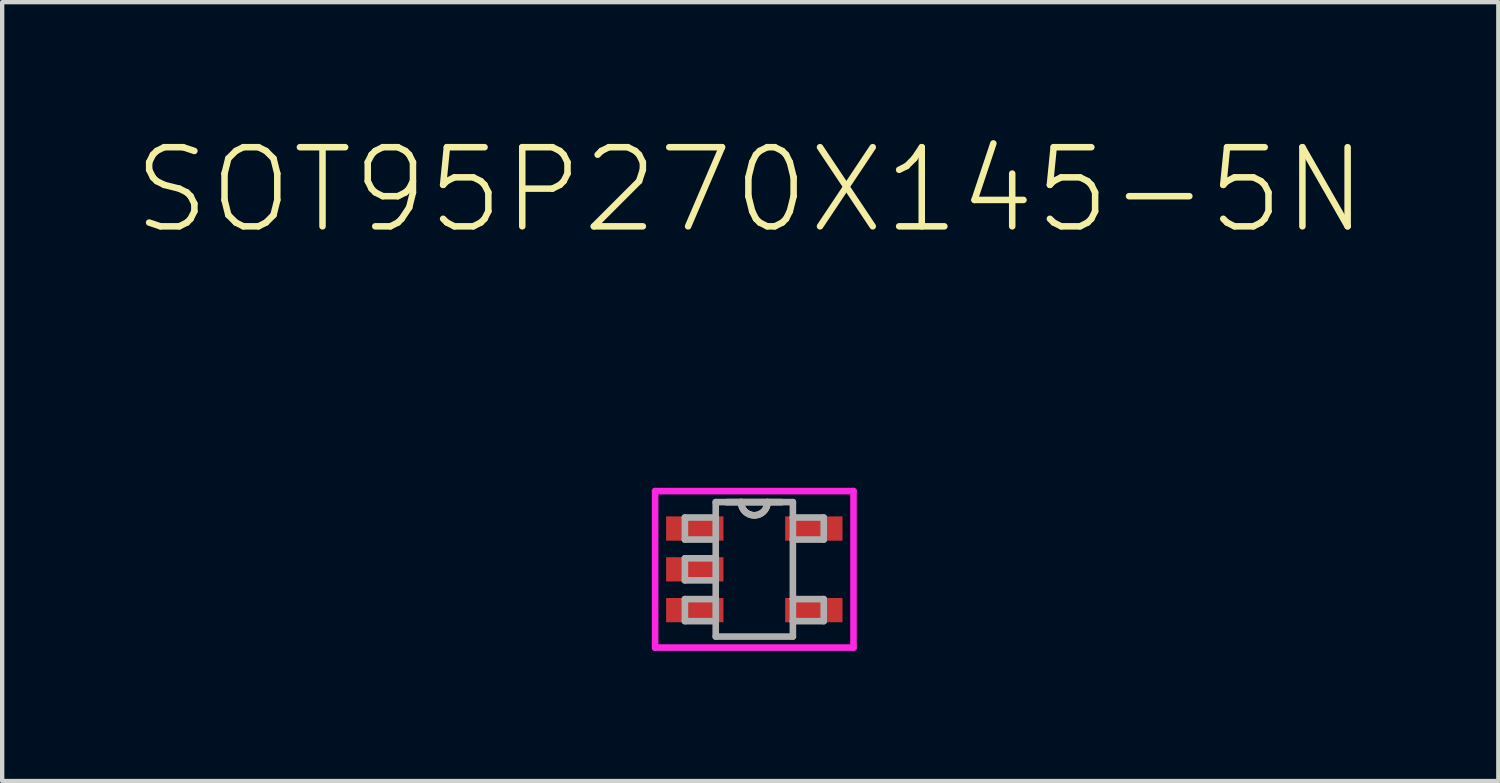
<source format=kicad_pcb>
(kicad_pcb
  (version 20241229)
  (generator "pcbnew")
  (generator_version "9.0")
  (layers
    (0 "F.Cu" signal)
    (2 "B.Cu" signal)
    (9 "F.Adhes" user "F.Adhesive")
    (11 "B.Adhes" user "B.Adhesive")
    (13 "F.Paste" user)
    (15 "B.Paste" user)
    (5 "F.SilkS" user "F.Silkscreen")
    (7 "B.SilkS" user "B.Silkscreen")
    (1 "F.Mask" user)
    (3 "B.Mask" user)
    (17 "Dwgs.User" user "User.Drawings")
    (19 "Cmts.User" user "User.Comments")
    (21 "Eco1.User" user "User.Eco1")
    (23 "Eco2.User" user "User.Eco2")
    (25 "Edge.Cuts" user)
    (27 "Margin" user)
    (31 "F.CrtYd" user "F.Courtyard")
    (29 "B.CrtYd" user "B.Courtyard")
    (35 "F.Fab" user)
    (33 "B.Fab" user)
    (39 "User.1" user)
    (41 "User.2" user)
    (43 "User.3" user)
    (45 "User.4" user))
  (footprint "SOT95P270X145-5N"
    (layer "F.Cu")
    (at 14.334 10.071)
    (property "Reference" "SOT95P270X145-5N" (at -0.093 -8.741 0) (layer "F.SilkS") (effects (font (size 1.824 1.824) (thickness 0.15))))
    (attr smd)
    (fp_line (start -0.305 -1.549) (end -0.635 -1.549) (stroke (width 0.152) (type solid)) (layer "F.SilkS"))
    (fp_line (start 0.305 -1.549) (end -0.305 -1.549) (stroke (width 0.152) (type solid)) (layer "F.SilkS"))
    (fp_line (start 0.635 -1.549) (end 0.305 -1.549) (stroke (width 0.152) (type solid)) (layer "F.SilkS"))
    (fp_arc (start 0.3048 -1.5494) (mid 0 -1.2446) (end -0.3048 -1.5494) (stroke (width 0.1524) (type solid)) (layer "F.SilkS"))
    (fp_line (start -2.286 -1.803) (end 2.286 -1.803) (stroke (width 0.152) (type solid)) (layer "F.CrtYd"))
    (fp_line (start -2.286 1.803) (end -2.286 -1.803) (stroke (width 0.152) (type solid)) (layer "F.CrtYd"))
    (fp_line (start 2.286 -1.803) (end 2.286 1.803) (stroke (width 0.152) (type solid)) (layer "F.CrtYd"))
    (fp_line (start 2.286 1.803) (end -2.286 1.803) (stroke (width 0.152) (type solid)) (layer "F.CrtYd"))
    (fp_line (start -1.6 -1.194) (end -1.6 -0.686) (stroke (width 0.152) (type solid)) (layer "F.Fab"))
    (fp_line (start -1.6 -0.686) (end -0.889 -0.686) (stroke (width 0.152) (type solid)) (layer "F.Fab"))
    (fp_line (start -1.6 -0.254) (end -1.6 0.254) (stroke (width 0.152) (type solid)) (layer "F.Fab"))
    (fp_line (start -1.6 0.254) (end -0.889 0.254) (stroke (width 0.152) (type solid)) (layer "F.Fab"))
    (fp_line (start -1.6 0.686) (end -1.6 1.194) (stroke (width 0.152) (type solid)) (layer "F.Fab"))
    (fp_line (start -1.6 1.194) (end -0.889 1.194) (stroke (width 0.152) (type solid)) (layer "F.Fab"))
    (fp_line (start -0.889 -1.549) (end -0.889 -1.194) (stroke (width 0.152) (type solid)) (layer "F.Fab"))
    (fp_line (start -0.889 -1.194) (end -1.6 -1.194) (stroke (width 0.152) (type solid)) (layer "F.Fab"))
    (fp_line (start -0.889 -1.194) (end -0.889 -0.686) (stroke (width 0.152) (type solid)) (layer "F.Fab"))
    (fp_line (start -0.889 -0.686) (end -0.889 -0.254) (stroke (width 0.152) (type solid)) (layer "F.Fab"))
    (fp_line (start -0.889 -0.254) (end -1.6 -0.254) (stroke (width 0.152) (type solid)) (layer "F.Fab"))
    (fp_line (start -0.889 -0.254) (end -0.889 0.254) (stroke (width 0.152) (type solid)) (layer "F.Fab"))
    (fp_line (start -0.889 0.254) (end -0.889 0.686) (stroke (width 0.152) (type solid)) (layer "F.Fab"))
    (fp_line (start -0.889 0.686) (end -1.6 0.686) (stroke (width 0.152) (type solid)) (layer "F.Fab"))
    (fp_line (start -0.889 1.194) (end -0.889 0.686) (stroke (width 0.152) (type solid)) (layer "F.Fab"))
    (fp_line (start -0.889 1.549) (end -0.889 1.194) (stroke (width 0.152) (type solid)) (layer "F.Fab"))
    (fp_line (start -0.889 1.549) (end 0.889 1.549) (stroke (width 0.152) (type solid)) (layer "F.Fab"))
    (fp_line (start -0.305 -1.549) (end -0.889 -1.549) (stroke (width 0.152) (type solid)) (layer "F.Fab"))
    (fp_line (start 0.305 -1.549) (end -0.305 -1.549) (stroke (width 0.152) (type solid)) (layer "F.Fab"))
    (fp_line (start 0.889 -1.549) (end 0.305 -1.549) (stroke (width 0.152) (type solid)) (layer "F.Fab"))
    (fp_line (start 0.889 -1.549) (end 0.889 -1.194) (stroke (width 0.152) (type solid)) (layer "F.Fab"))
    (fp_line (start 0.889 -1.194) (end 0.889 -0.686) (stroke (width 0.152) (type solid)) (layer "F.Fab"))
    (fp_line (start 0.889 -0.686) (end 1.6 -0.686) (stroke (width 0.152) (type solid)) (layer "F.Fab"))
    (fp_line (start 0.889 0.686) (end 0.889 -0.686) (stroke (width 0.152) (type solid)) (layer "F.Fab"))
    (fp_line (start 0.889 1.194) (end 0.889 0.686) (stroke (width 0.152) (type solid)) (layer "F.Fab"))
    (fp_line (start 0.889 1.194) (end 1.6 1.194) (stroke (width 0.152) (type solid)) (layer "F.Fab"))
    (fp_line (start 0.889 1.549) (end 0.889 1.194) (stroke (width 0.152) (type solid)) (layer "F.Fab"))
    (fp_line (start 1.6 -1.194) (end 0.889 -1.194) (stroke (width 0.152) (type solid)) (layer "F.Fab"))
    (fp_line (start 1.6 -0.686) (end 1.6 -1.194) (stroke (width 0.152) (type solid)) (layer "F.Fab"))
    (fp_line (start 1.6 0.686) (end 0.889 0.686) (stroke (width 0.152) (type solid)) (layer "F.Fab"))
    (fp_line (start 1.6 1.194) (end 1.6 0.686) (stroke (width 0.152) (type solid)) (layer "F.Fab"))
    (fp_arc (start 0.3048 -1.5494) (mid 0 -1.2446) (end -0.3048 -1.5494) (stroke (width 0.1524) (type solid)) (layer "F.Fab"))
    (pad "1" smd rect (at -1.372 -0.94) (size 1.321 0.559) (layers "F.Cu" "F.Mask" "F.Paste"))
    (pad "2" smd rect (at -1.372 0) (size 1.321 0.559) (layers "F.Cu" "F.Mask" "F.Paste"))
    (pad "3" smd rect (at -1.372 0.94) (size 1.321 0.559) (layers "F.Cu" "F.Mask" "F.Paste"))
    (pad "4" smd rect (at 1.372 0.94) (size 1.321 0.559) (layers "F.Cu" "F.Mask" "F.Paste"))
    (pad "5" smd rect (at 1.372 -0.94) (size 1.321 0.559) (layers "F.Cu" "F.Mask" "F.Paste")))
  (gr_rect
    (start -3 -3)
    (end 31.481 14.95)
    (stroke (width 0.1) (type default))
    (fill no)
    (layer "Edge.Cuts")))
</source>
